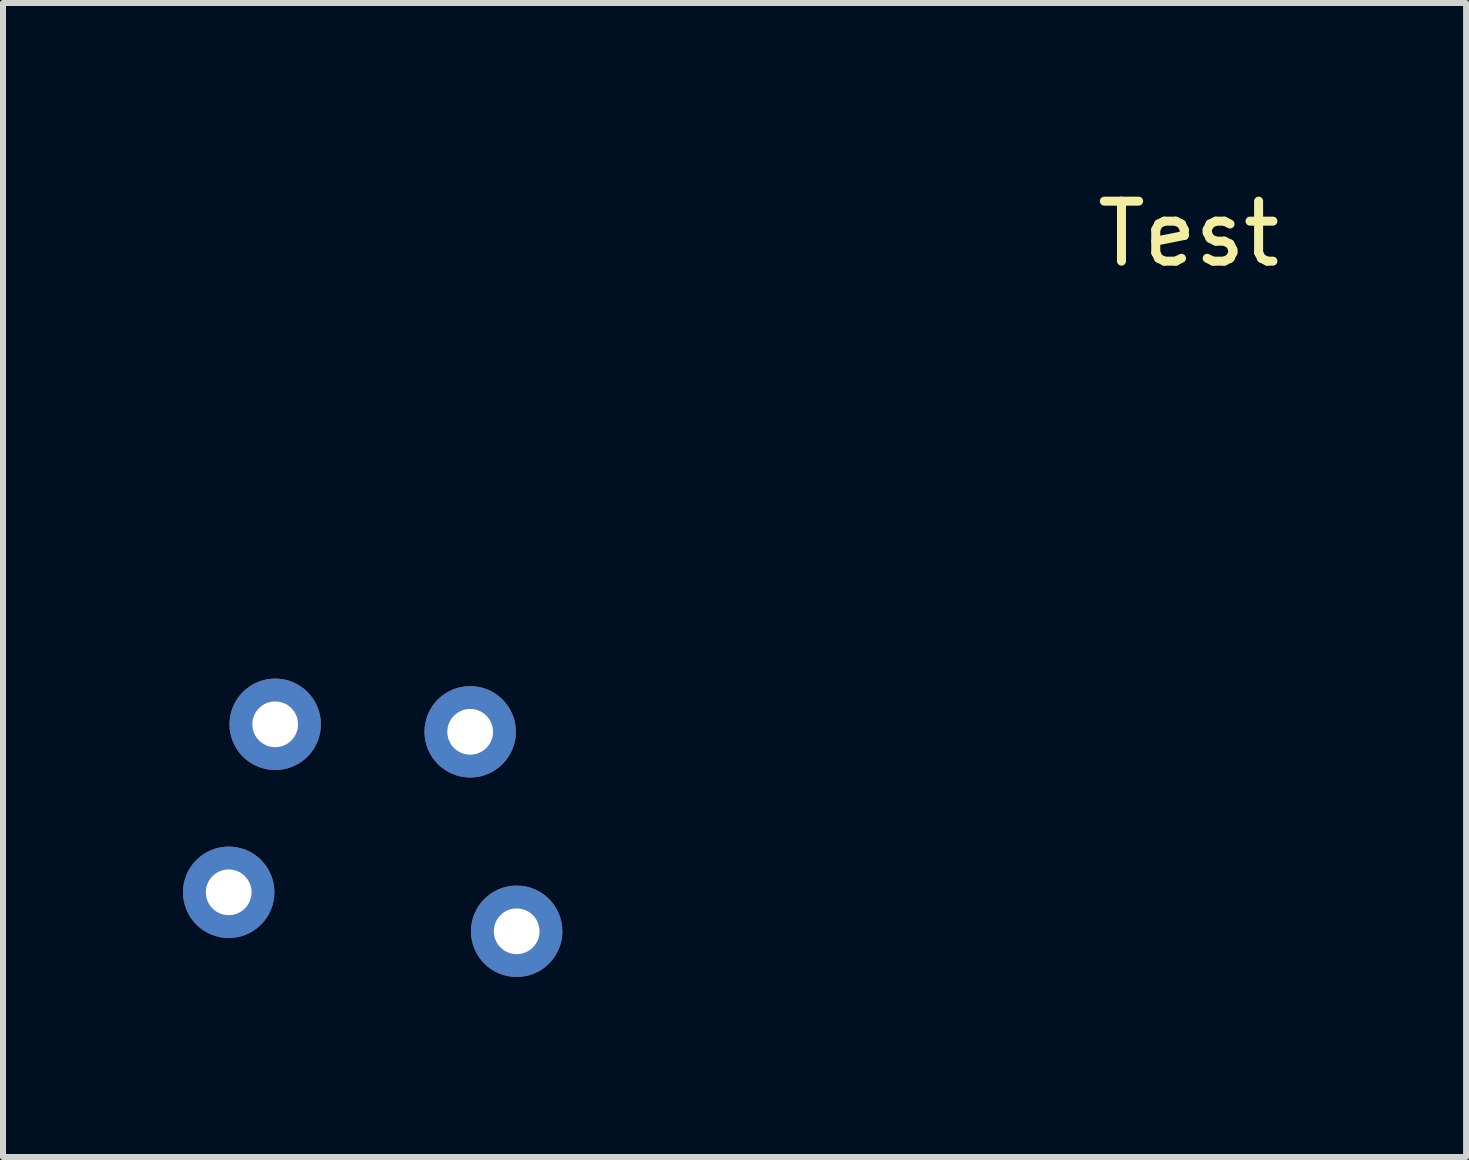
<source format=kicad_pcb>
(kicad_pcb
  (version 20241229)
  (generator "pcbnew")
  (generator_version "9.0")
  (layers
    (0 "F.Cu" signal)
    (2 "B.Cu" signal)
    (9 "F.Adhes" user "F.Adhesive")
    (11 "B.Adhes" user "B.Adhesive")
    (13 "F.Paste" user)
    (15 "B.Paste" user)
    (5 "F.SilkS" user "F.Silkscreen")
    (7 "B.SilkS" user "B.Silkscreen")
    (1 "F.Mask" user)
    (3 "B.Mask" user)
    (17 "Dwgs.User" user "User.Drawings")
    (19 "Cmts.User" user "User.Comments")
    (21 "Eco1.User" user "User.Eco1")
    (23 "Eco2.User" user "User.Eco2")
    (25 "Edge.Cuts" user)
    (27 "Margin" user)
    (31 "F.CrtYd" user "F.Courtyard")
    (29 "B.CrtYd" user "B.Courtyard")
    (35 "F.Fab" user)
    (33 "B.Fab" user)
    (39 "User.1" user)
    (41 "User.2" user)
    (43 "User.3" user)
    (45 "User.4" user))
  (footprint "Test"
    (layer "F.Cu")
    (at 2.962 10.773)
    (property "Reference" "Test" (at 13.8 -9.925 0) (layer "F.SilkS") (effects (font (size 1 1) (thickness 0.15))))
    (attr through_hole)
    (pad "1" thru_hole circle (at -1.425 -1.75) (size 1.524 1.524) (drill 0.762) (layers "*.Cu" "*.Mask"))
    (pad "2" thru_hole circle (at 1.825 -1.625) (size 1.524 1.524) (drill 0.762) (layers "*.Cu" "*.Mask"))
    (pad "3" thru_hole circle (at -2.2 1.05) (size 1.524 1.524) (drill 0.762) (layers "*.Cu" "*.Mask"))
    (pad "4" thru_hole circle (at 2.6 1.7) (size 1.524 1.524) (drill 0.762) (layers "*.Cu" "*.Mask")))
  (gr_rect
    (start -3 -3)
    (end 21.387 16.235)
    (stroke (width 0.1) (type default))
    (fill no)
    (layer "Edge.Cuts")))
</source>
